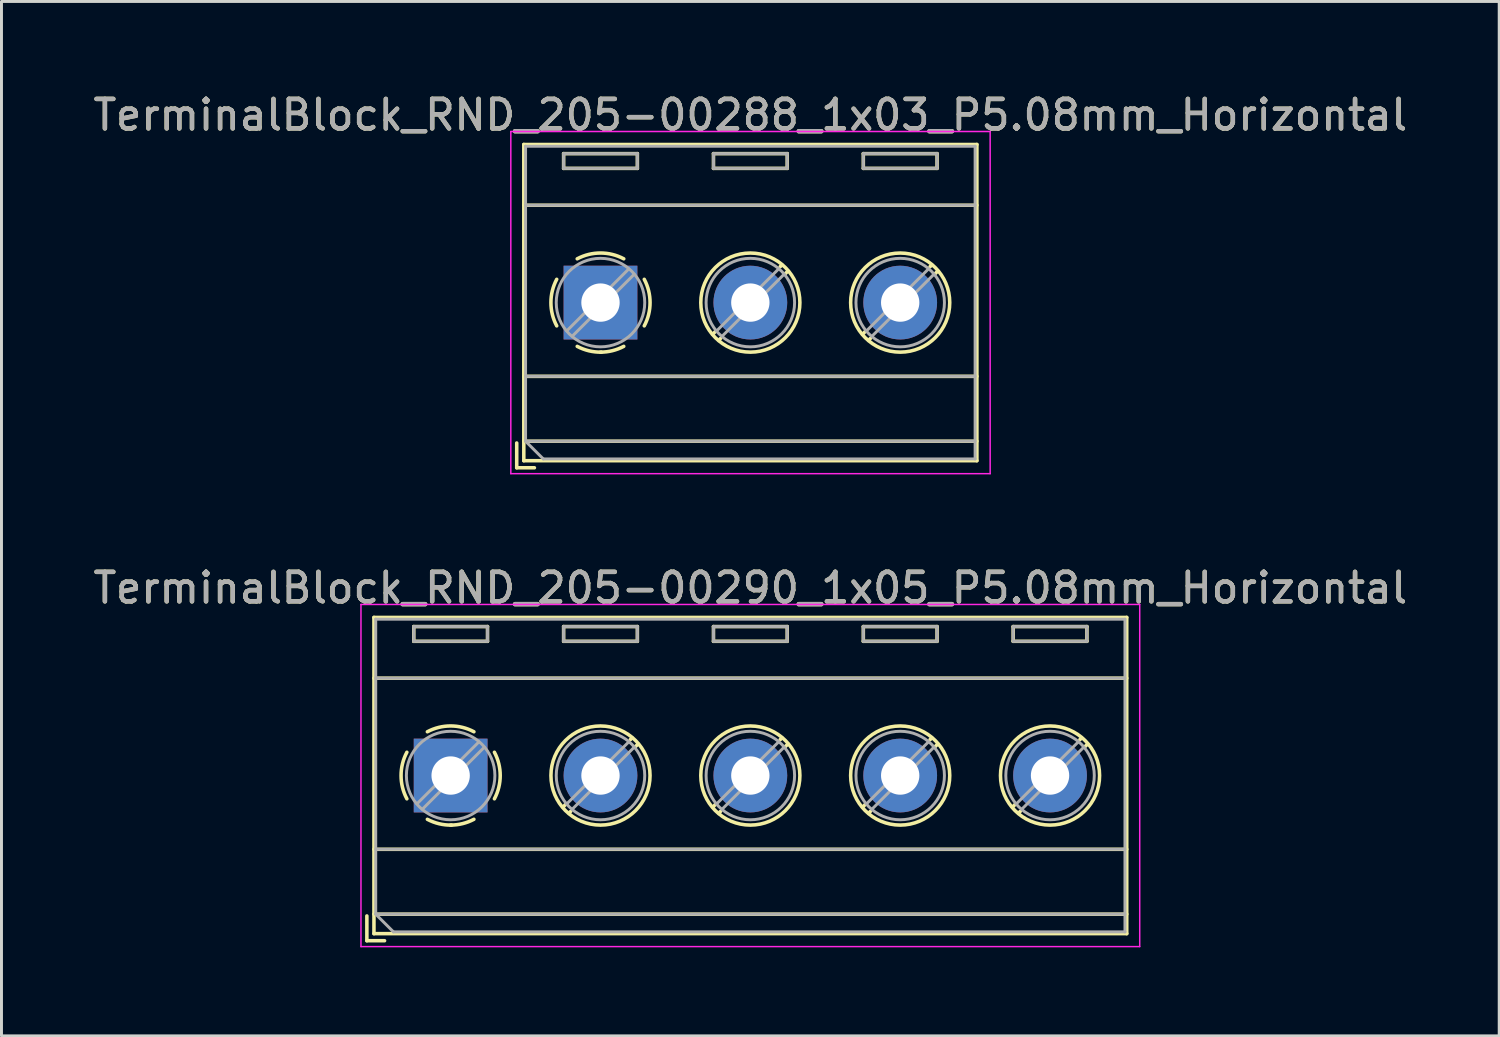
<source format=kicad_pcb>
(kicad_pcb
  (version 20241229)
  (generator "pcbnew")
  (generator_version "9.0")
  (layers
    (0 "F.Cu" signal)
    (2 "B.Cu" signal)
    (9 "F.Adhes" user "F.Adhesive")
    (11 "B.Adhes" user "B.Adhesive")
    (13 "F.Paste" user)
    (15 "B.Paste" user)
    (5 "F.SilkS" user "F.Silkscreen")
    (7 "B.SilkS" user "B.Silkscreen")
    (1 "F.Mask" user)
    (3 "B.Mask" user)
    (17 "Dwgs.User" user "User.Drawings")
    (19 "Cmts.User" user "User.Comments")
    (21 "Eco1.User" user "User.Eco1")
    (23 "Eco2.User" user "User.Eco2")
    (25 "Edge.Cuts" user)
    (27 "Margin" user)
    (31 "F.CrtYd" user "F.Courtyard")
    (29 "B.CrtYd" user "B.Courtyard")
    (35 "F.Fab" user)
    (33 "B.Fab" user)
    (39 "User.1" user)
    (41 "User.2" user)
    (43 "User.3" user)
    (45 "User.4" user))
  (footprint "TerminalBlock_RND_205-00290_1x05_P5.08mm_Horizontal"
    (layer "F.Cu")
    (at 12.227 23.241)
    (property "Reference" "TerminalBlock_RND_205-00290_1x05_P5.08mm_Horizontal" (at 10.16 -6.36 0) (layer "F.SilkS") (effects (font (size 1 1) (thickness 0.15))))
    (attr through_hole)
    (fp_line (start -2.84 4.76) (end -2.84 5.6) (stroke (width 0.12) (type solid)) (layer "F.SilkS"))
    (fp_line (start -2.84 5.6) (end -2.24 5.6) (stroke (width 0.12) (type solid)) (layer "F.SilkS"))
    (fp_line (start -2.6 -5.36) (end -2.6 5.36) (stroke (width 0.12) (type solid)) (layer "F.SilkS"))
    (fp_line (start -2.6 -5.36) (end 22.92 -5.36) (stroke (width 0.12) (type solid)) (layer "F.SilkS"))
    (fp_line (start -2.6 -3.3) (end 22.92 -3.3) (stroke (width 0.12) (type solid)) (layer "F.SilkS"))
    (fp_line (start -2.6 2.5) (end 22.92 2.5) (stroke (width 0.12) (type solid)) (layer "F.SilkS"))
    (fp_line (start -2.6 4.7) (end 22.92 4.7) (stroke (width 0.12) (type solid)) (layer "F.SilkS"))
    (fp_line (start -2.6 5.36) (end 22.92 5.36) (stroke (width 0.12) (type solid)) (layer "F.SilkS"))
    (fp_line (start -1.25 -5.05) (end -1.25 -4.55) (stroke (width 0.12) (type solid)) (layer "F.SilkS"))
    (fp_line (start -1.25 -5.05) (end 1.25 -5.05) (stroke (width 0.12) (type solid)) (layer "F.SilkS"))
    (fp_line (start -1.25 -4.55) (end 1.25 -4.55) (stroke (width 0.12) (type solid)) (layer "F.SilkS"))
    (fp_line (start 1.25 -5.05) (end 1.25 -4.55) (stroke (width 0.12) (type solid)) (layer "F.SilkS"))
    (fp_line (start 3.83 -5.05) (end 3.83 -4.55) (stroke (width 0.12) (type solid)) (layer "F.SilkS"))
    (fp_line (start 3.83 -5.05) (end 6.33 -5.05) (stroke (width 0.12) (type solid)) (layer "F.SilkS"))
    (fp_line (start 3.83 -4.55) (end 6.33 -4.55) (stroke (width 0.12) (type solid)) (layer "F.SilkS"))
    (fp_line (start 3.9 0.976) (end 3.806 1.069) (stroke (width 0.12) (type solid)) (layer "F.SilkS"))
    (fp_line (start 4.07 1.216) (end 4.011 1.274) (stroke (width 0.12) (type solid)) (layer "F.SilkS"))
    (fp_line (start 6.15 -1.275) (end 6.091 -1.216) (stroke (width 0.12) (type solid)) (layer "F.SilkS"))
    (fp_line (start 6.33 -5.05) (end 6.33 -4.55) (stroke (width 0.12) (type solid)) (layer "F.SilkS"))
    (fp_line (start 6.355 -1.069) (end 6.261 -0.976) (stroke (width 0.12) (type solid)) (layer "F.SilkS"))
    (fp_line (start 8.91 -5.05) (end 8.91 -4.55) (stroke (width 0.12) (type solid)) (layer "F.SilkS"))
    (fp_line (start 8.91 -5.05) (end 11.41 -5.05) (stroke (width 0.12) (type solid)) (layer "F.SilkS"))
    (fp_line (start 8.91 -4.55) (end 11.41 -4.55) (stroke (width 0.12) (type solid)) (layer "F.SilkS"))
    (fp_line (start 8.98 0.976) (end 8.886 1.069) (stroke (width 0.12) (type solid)) (layer "F.SilkS"))
    (fp_line (start 9.15 1.216) (end 9.091 1.274) (stroke (width 0.12) (type solid)) (layer "F.SilkS"))
    (fp_line (start 11.23 -1.275) (end 11.171 -1.216) (stroke (width 0.12) (type solid)) (layer "F.SilkS"))
    (fp_line (start 11.41 -5.05) (end 11.41 -4.55) (stroke (width 0.12) (type solid)) (layer "F.SilkS"))
    (fp_line (start 11.435 -1.069) (end 11.341 -0.976) (stroke (width 0.12) (type solid)) (layer "F.SilkS"))
    (fp_line (start 13.99 -5.05) (end 13.99 -4.55) (stroke (width 0.12) (type solid)) (layer "F.SilkS"))
    (fp_line (start 13.99 -5.05) (end 16.49 -5.05) (stroke (width 0.12) (type solid)) (layer "F.SilkS"))
    (fp_line (start 13.99 -4.55) (end 16.49 -4.55) (stroke (width 0.12) (type solid)) (layer "F.SilkS"))
    (fp_line (start 14.06 0.976) (end 13.966 1.069) (stroke (width 0.12) (type solid)) (layer "F.SilkS"))
    (fp_line (start 14.23 1.216) (end 14.171 1.274) (stroke (width 0.12) (type solid)) (layer "F.SilkS"))
    (fp_line (start 16.31 -1.275) (end 16.251 -1.216) (stroke (width 0.12) (type solid)) (layer "F.SilkS"))
    (fp_line (start 16.49 -5.05) (end 16.49 -4.55) (stroke (width 0.12) (type solid)) (layer "F.SilkS"))
    (fp_line (start 16.515 -1.069) (end 16.421 -0.976) (stroke (width 0.12) (type solid)) (layer "F.SilkS"))
    (fp_line (start 19.07 -5.05) (end 19.07 -4.55) (stroke (width 0.12) (type solid)) (layer "F.SilkS"))
    (fp_line (start 19.07 -5.05) (end 21.57 -5.05) (stroke (width 0.12) (type solid)) (layer "F.SilkS"))
    (fp_line (start 19.07 -4.55) (end 21.57 -4.55) (stroke (width 0.12) (type solid)) (layer "F.SilkS"))
    (fp_line (start 19.14 0.976) (end 19.046 1.069) (stroke (width 0.12) (type solid)) (layer "F.SilkS"))
    (fp_line (start 19.31 1.216) (end 19.251 1.274) (stroke (width 0.12) (type solid)) (layer "F.SilkS"))
    (fp_line (start 21.39 -1.275) (end 21.331 -1.216) (stroke (width 0.12) (type solid)) (layer "F.SilkS"))
    (fp_line (start 21.57 -5.05) (end 21.57 -4.55) (stroke (width 0.12) (type solid)) (layer "F.SilkS"))
    (fp_line (start 21.595 -1.069) (end 21.501 -0.976) (stroke (width 0.12) (type solid)) (layer "F.SilkS"))
    (fp_line (start 22.92 -5.36) (end 22.92 5.36) (stroke (width 0.12) (type solid)) (layer "F.SilkS"))
    (fp_arc (start -1.483953 0.789089) (mid -1.680708 0.00005) (end -1.484 -0.789) (stroke (width 0.12) (type solid)) (layer "F.SilkS"))
    (fp_arc (start -0.789089 -1.483953) (mid -0.00005 -1.680708) (end 0.789 -1.484) (stroke (width 0.12) (type solid)) (layer "F.SilkS"))
    (fp_arc (start 0.029383 1.68045) (mid -0.392304 1.634281) (end -0.789 1.484) (stroke (width 0.12) (type solid)) (layer "F.SilkS"))
    (fp_arc (start 0.788712 1.483352) (mid 0.406429 1.630097) (end 0 1.68) (stroke (width 0.12) (type solid)) (layer "F.SilkS"))
    (fp_arc (start 1.483953 -0.789089) (mid 1.680708 -0.00005) (end 1.484 0.789) (stroke (width 0.12) (type solid)) (layer "F.SilkS"))
    (fp_circle (center 5.08 0) (end 6.76 0) (stroke (width 0.12) (type solid)) (fill no) (layer "F.SilkS"))
    (fp_circle (center 10.16 0) (end 11.84 0) (stroke (width 0.12) (type solid)) (fill no) (layer "F.SilkS"))
    (fp_circle (center 15.24 0) (end 16.92 0) (stroke (width 0.12) (type solid)) (fill no) (layer "F.SilkS"))
    (fp_circle (center 20.32 0) (end 22 0) (stroke (width 0.12) (type solid)) (fill no) (layer "F.SilkS"))
    (fp_line (start -3.04 -5.8) (end -3.04 5.8) (stroke (width 0.05) (type solid)) (layer "F.CrtYd"))
    (fp_line (start -3.04 5.8) (end 23.36 5.8) (stroke (width 0.05) (type solid)) (layer "F.CrtYd"))
    (fp_line (start 23.36 -5.8) (end -3.04 -5.8) (stroke (width 0.05) (type solid)) (layer "F.CrtYd"))
    (fp_line (start 23.36 5.8) (end 23.36 -5.8) (stroke (width 0.05) (type solid)) (layer "F.CrtYd"))
    (fp_line (start -2.54 -5.3) (end 22.86 -5.3) (stroke (width 0.1) (type solid)) (layer "F.Fab"))
    (fp_line (start -2.54 -3.3) (end 22.86 -3.3) (stroke (width 0.1) (type solid)) (layer "F.Fab"))
    (fp_line (start -2.54 2.5) (end 22.86 2.5) (stroke (width 0.1) (type solid)) (layer "F.Fab"))
    (fp_line (start -2.54 4.7) (end -2.54 -5.3) (stroke (width 0.1) (type solid)) (layer "F.Fab"))
    (fp_line (start -2.54 4.7) (end 22.86 4.7) (stroke (width 0.1) (type solid)) (layer "F.Fab"))
    (fp_line (start -1.94 5.3) (end -2.54 4.7) (stroke (width 0.1) (type solid)) (layer "F.Fab"))
    (fp_line (start -1.25 -5.05) (end -1.25 -4.55) (stroke (width 0.1) (type solid)) (layer "F.Fab"))
    (fp_line (start -1.25 -4.55) (end 1.25 -4.55) (stroke (width 0.1) (type solid)) (layer "F.Fab"))
    (fp_line (start 0.955 -1.138) (end -1.138 0.955) (stroke (width 0.1) (type solid)) (layer "F.Fab"))
    (fp_line (start 1.138 -0.955) (end -0.955 1.138) (stroke (width 0.1) (type solid)) (layer "F.Fab"))
    (fp_line (start 1.25 -5.05) (end -1.25 -5.05) (stroke (width 0.1) (type solid)) (layer "F.Fab"))
    (fp_line (start 1.25 -4.55) (end 1.25 -5.05) (stroke (width 0.1) (type solid)) (layer "F.Fab"))
    (fp_line (start 3.83 -5.05) (end 3.83 -4.55) (stroke (width 0.1) (type solid)) (layer "F.Fab"))
    (fp_line (start 3.83 -4.55) (end 6.33 -4.55) (stroke (width 0.1) (type solid)) (layer "F.Fab"))
    (fp_line (start 6.035 -1.138) (end 3.943 0.955) (stroke (width 0.1) (type solid)) (layer "F.Fab"))
    (fp_line (start 6.218 -0.955) (end 4.126 1.138) (stroke (width 0.1) (type solid)) (layer "F.Fab"))
    (fp_line (start 6.33 -5.05) (end 3.83 -5.05) (stroke (width 0.1) (type solid)) (layer "F.Fab"))
    (fp_line (start 6.33 -4.55) (end 6.33 -5.05) (stroke (width 0.1) (type solid)) (layer "F.Fab"))
    (fp_line (start 8.91 -5.05) (end 8.91 -4.55) (stroke (width 0.1) (type solid)) (layer "F.Fab"))
    (fp_line (start 8.91 -4.55) (end 11.41 -4.55) (stroke (width 0.1) (type solid)) (layer "F.Fab"))
    (fp_line (start 11.115 -1.138) (end 9.023 0.955) (stroke (width 0.1) (type solid)) (layer "F.Fab"))
    (fp_line (start 11.298 -0.955) (end 9.206 1.138) (stroke (width 0.1) (type solid)) (layer "F.Fab"))
    (fp_line (start 11.41 -5.05) (end 8.91 -5.05) (stroke (width 0.1) (type solid)) (layer "F.Fab"))
    (fp_line (start 11.41 -4.55) (end 11.41 -5.05) (stroke (width 0.1) (type solid)) (layer "F.Fab"))
    (fp_line (start 13.99 -5.05) (end 13.99 -4.55) (stroke (width 0.1) (type solid)) (layer "F.Fab"))
    (fp_line (start 13.99 -4.55) (end 16.49 -4.55) (stroke (width 0.1) (type solid)) (layer "F.Fab"))
    (fp_line (start 16.195 -1.138) (end 14.103 0.955) (stroke (width 0.1) (type solid)) (layer "F.Fab"))
    (fp_line (start 16.378 -0.955) (end 14.286 1.138) (stroke (width 0.1) (type solid)) (layer "F.Fab"))
    (fp_line (start 16.49 -5.05) (end 13.99 -5.05) (stroke (width 0.1) (type solid)) (layer "F.Fab"))
    (fp_line (start 16.49 -4.55) (end 16.49 -5.05) (stroke (width 0.1) (type solid)) (layer "F.Fab"))
    (fp_line (start 19.07 -5.05) (end 19.07 -4.55) (stroke (width 0.1) (type solid)) (layer "F.Fab"))
    (fp_line (start 19.07 -4.55) (end 21.57 -4.55) (stroke (width 0.1) (type solid)) (layer "F.Fab"))
    (fp_line (start 21.275 -1.138) (end 19.183 0.955) (stroke (width 0.1) (type solid)) (layer "F.Fab"))
    (fp_line (start 21.458 -0.955) (end 19.366 1.138) (stroke (width 0.1) (type solid)) (layer "F.Fab"))
    (fp_line (start 21.57 -5.05) (end 19.07 -5.05) (stroke (width 0.1) (type solid)) (layer "F.Fab"))
    (fp_line (start 21.57 -4.55) (end 21.57 -5.05) (stroke (width 0.1) (type solid)) (layer "F.Fab"))
    (fp_line (start 22.86 -5.3) (end 22.86 5.3) (stroke (width 0.1) (type solid)) (layer "F.Fab"))
    (fp_line (start 22.86 5.3) (end -1.94 5.3) (stroke (width 0.1) (type solid)) (layer "F.Fab"))
    (fp_circle (center 0 0) (end 1.5 0) (stroke (width 0.1) (type solid)) (fill no) (layer "F.Fab"))
    (fp_circle (center 5.08 0) (end 6.58 0) (stroke (width 0.1) (type solid)) (fill no) (layer "F.Fab"))
    (fp_circle (center 10.16 0) (end 11.66 0) (stroke (width 0.1) (type solid)) (fill no) (layer "F.Fab"))
    (fp_circle (center 15.24 0) (end 16.74 0) (stroke (width 0.1) (type solid)) (fill no) (layer "F.Fab"))
    (fp_circle (center 20.32 0) (end 21.82 0) (stroke (width 0.1) (type solid)) (fill no) (layer "F.Fab"))
    (fp_text user "${REFERENCE}" (at 10.16 -6.36 0) (layer "F.Fab") (effects (font (size 1 1) (thickness 0.15))))
    (pad "1" thru_hole rect (at 0 0) (size 2.5 2.5) (drill 1.3) (layers "*.Cu" "*.Mask"))
    (pad "2" thru_hole circle (at 5.08 0) (size 2.5 2.5) (drill 1.3) (layers "*.Cu" "*.Mask"))
    (pad "3" thru_hole circle (at 10.16 0) (size 2.5 2.5) (drill 1.3) (layers "*.Cu" "*.Mask"))
    (pad "4" thru_hole circle (at 15.24 0) (size 2.5 2.5) (drill 1.3) (layers "*.Cu" "*.Mask"))
    (pad "5" thru_hole circle (at 20.32 0) (size 2.5 2.5) (drill 1.3) (layers "*.Cu" "*.Mask")))
  (footprint "TerminalBlock_RND_205-00288_1x03_P5.08mm_Horizontal"
    (layer "F.Cu")
    (at 17.307 7.208)
    (property "Reference" "TerminalBlock_RND_205-00288_1x03_P5.08mm_Horizontal" (at 5.08 -6.36 0) (layer "F.SilkS") (effects (font (size 1 1) (thickness 0.15))))
    (attr through_hole)
    (fp_line (start -2.84 4.76) (end -2.84 5.6) (stroke (width 0.12) (type solid)) (layer "F.SilkS"))
    (fp_line (start -2.84 5.6) (end -2.24 5.6) (stroke (width 0.12) (type solid)) (layer "F.SilkS"))
    (fp_line (start -2.6 -5.36) (end -2.6 5.36) (stroke (width 0.12) (type solid)) (layer "F.SilkS"))
    (fp_line (start -2.6 -5.36) (end 12.76 -5.36) (stroke (width 0.12) (type solid)) (layer "F.SilkS"))
    (fp_line (start -2.6 -3.3) (end 12.76 -3.3) (stroke (width 0.12) (type solid)) (layer "F.SilkS"))
    (fp_line (start -2.6 2.5) (end 12.76 2.5) (stroke (width 0.12) (type solid)) (layer "F.SilkS"))
    (fp_line (start -2.6 4.7) (end 12.76 4.7) (stroke (width 0.12) (type solid)) (layer "F.SilkS"))
    (fp_line (start -2.6 5.36) (end 12.76 5.36) (stroke (width 0.12) (type solid)) (layer "F.SilkS"))
    (fp_line (start -1.25 -5.05) (end -1.25 -4.55) (stroke (width 0.12) (type solid)) (layer "F.SilkS"))
    (fp_line (start -1.25 -5.05) (end 1.25 -5.05) (stroke (width 0.12) (type solid)) (layer "F.SilkS"))
    (fp_line (start -1.25 -4.55) (end 1.25 -4.55) (stroke (width 0.12) (type solid)) (layer "F.SilkS"))
    (fp_line (start 1.25 -5.05) (end 1.25 -4.55) (stroke (width 0.12) (type solid)) (layer "F.SilkS"))
    (fp_line (start 3.83 -5.05) (end 3.83 -4.55) (stroke (width 0.12) (type solid)) (layer "F.SilkS"))
    (fp_line (start 3.83 -5.05) (end 6.33 -5.05) (stroke (width 0.12) (type solid)) (layer "F.SilkS"))
    (fp_line (start 3.83 -4.55) (end 6.33 -4.55) (stroke (width 0.12) (type solid)) (layer "F.SilkS"))
    (fp_line (start 3.9 0.976) (end 3.806 1.069) (stroke (width 0.12) (type solid)) (layer "F.SilkS"))
    (fp_line (start 4.07 1.216) (end 4.011 1.274) (stroke (width 0.12) (type solid)) (layer "F.SilkS"))
    (fp_line (start 6.15 -1.275) (end 6.091 -1.216) (stroke (width 0.12) (type solid)) (layer "F.SilkS"))
    (fp_line (start 6.33 -5.05) (end 6.33 -4.55) (stroke (width 0.12) (type solid)) (layer "F.SilkS"))
    (fp_line (start 6.355 -1.069) (end 6.261 -0.976) (stroke (width 0.12) (type solid)) (layer "F.SilkS"))
    (fp_line (start 8.91 -5.05) (end 8.91 -4.55) (stroke (width 0.12) (type solid)) (layer "F.SilkS"))
    (fp_line (start 8.91 -5.05) (end 11.41 -5.05) (stroke (width 0.12) (type solid)) (layer "F.SilkS"))
    (fp_line (start 8.91 -4.55) (end 11.41 -4.55) (stroke (width 0.12) (type solid)) (layer "F.SilkS"))
    (fp_line (start 8.98 0.976) (end 8.886 1.069) (stroke (width 0.12) (type solid)) (layer "F.SilkS"))
    (fp_line (start 9.15 1.216) (end 9.091 1.274) (stroke (width 0.12) (type solid)) (layer "F.SilkS"))
    (fp_line (start 11.23 -1.275) (end 11.171 -1.216) (stroke (width 0.12) (type solid)) (layer "F.SilkS"))
    (fp_line (start 11.41 -5.05) (end 11.41 -4.55) (stroke (width 0.12) (type solid)) (layer "F.SilkS"))
    (fp_line (start 11.435 -1.069) (end 11.341 -0.976) (stroke (width 0.12) (type solid)) (layer "F.SilkS"))
    (fp_line (start 12.76 -5.36) (end 12.76 5.36) (stroke (width 0.12) (type solid)) (layer "F.SilkS"))
    (fp_arc (start -1.483953 0.789089) (mid -1.680708 0.00005) (end -1.484 -0.789) (stroke (width 0.12) (type solid)) (layer "F.SilkS"))
    (fp_arc (start -0.789089 -1.483953) (mid -0.00005 -1.680708) (end 0.789 -1.484) (stroke (width 0.12) (type solid)) (layer "F.SilkS"))
    (fp_arc (start 0.029383 1.68045) (mid -0.392304 1.634281) (end -0.789 1.484) (stroke (width 0.12) (type solid)) (layer "F.SilkS"))
    (fp_arc (start 0.788712 1.483352) (mid 0.406429 1.630097) (end 0 1.68) (stroke (width 0.12) (type solid)) (layer "F.SilkS"))
    (fp_arc (start 1.483953 -0.789089) (mid 1.680708 -0.00005) (end 1.484 0.789) (stroke (width 0.12) (type solid)) (layer "F.SilkS"))
    (fp_circle (center 5.08 0) (end 6.76 0) (stroke (width 0.12) (type solid)) (fill no) (layer "F.SilkS"))
    (fp_circle (center 10.16 0) (end 11.84 0) (stroke (width 0.12) (type solid)) (fill no) (layer "F.SilkS"))
    (fp_line (start -3.04 -5.8) (end -3.04 5.8) (stroke (width 0.05) (type solid)) (layer "F.CrtYd"))
    (fp_line (start -3.04 5.8) (end 13.21 5.8) (stroke (width 0.05) (type solid)) (layer "F.CrtYd"))
    (fp_line (start 13.21 -5.8) (end -3.04 -5.8) (stroke (width 0.05) (type solid)) (layer "F.CrtYd"))
    (fp_line (start 13.21 5.8) (end 13.21 -5.8) (stroke (width 0.05) (type solid)) (layer "F.CrtYd"))
    (fp_line (start -2.54 -5.3) (end 12.7 -5.3) (stroke (width 0.1) (type solid)) (layer "F.Fab"))
    (fp_line (start -2.54 -3.3) (end 12.7 -3.3) (stroke (width 0.1) (type solid)) (layer "F.Fab"))
    (fp_line (start -2.54 2.5) (end 12.7 2.5) (stroke (width 0.1) (type solid)) (layer "F.Fab"))
    (fp_line (start -2.54 4.7) (end -2.54 -5.3) (stroke (width 0.1) (type solid)) (layer "F.Fab"))
    (fp_line (start -2.54 4.7) (end 12.7 4.7) (stroke (width 0.1) (type solid)) (layer "F.Fab"))
    (fp_line (start -1.94 5.3) (end -2.54 4.7) (stroke (width 0.1) (type solid)) (layer "F.Fab"))
    (fp_line (start -1.25 -5.05) (end -1.25 -4.55) (stroke (width 0.1) (type solid)) (layer "F.Fab"))
    (fp_line (start -1.25 -4.55) (end 1.25 -4.55) (stroke (width 0.1) (type solid)) (layer "F.Fab"))
    (fp_line (start 0.955 -1.138) (end -1.138 0.955) (stroke (width 0.1) (type solid)) (layer "F.Fab"))
    (fp_line (start 1.138 -0.955) (end -0.955 1.138) (stroke (width 0.1) (type solid)) (layer "F.Fab"))
    (fp_line (start 1.25 -5.05) (end -1.25 -5.05) (stroke (width 0.1) (type solid)) (layer "F.Fab"))
    (fp_line (start 1.25 -4.55) (end 1.25 -5.05) (stroke (width 0.1) (type solid)) (layer "F.Fab"))
    (fp_line (start 3.83 -5.05) (end 3.83 -4.55) (stroke (width 0.1) (type solid)) (layer "F.Fab"))
    (fp_line (start 3.83 -4.55) (end 6.33 -4.55) (stroke (width 0.1) (type solid)) (layer "F.Fab"))
    (fp_line (start 6.035 -1.138) (end 3.943 0.955) (stroke (width 0.1) (type solid)) (layer "F.Fab"))
    (fp_line (start 6.218 -0.955) (end 4.126 1.138) (stroke (width 0.1) (type solid)) (layer "F.Fab"))
    (fp_line (start 6.33 -5.05) (end 3.83 -5.05) (stroke (width 0.1) (type solid)) (layer "F.Fab"))
    (fp_line (start 6.33 -4.55) (end 6.33 -5.05) (stroke (width 0.1) (type solid)) (layer "F.Fab"))
    (fp_line (start 8.91 -5.05) (end 8.91 -4.55) (stroke (width 0.1) (type solid)) (layer "F.Fab"))
    (fp_line (start 8.91 -4.55) (end 11.41 -4.55) (stroke (width 0.1) (type solid)) (layer "F.Fab"))
    (fp_line (start 11.115 -1.138) (end 9.023 0.955) (stroke (width 0.1) (type solid)) (layer "F.Fab"))
    (fp_line (start 11.298 -0.955) (end 9.206 1.138) (stroke (width 0.1) (type solid)) (layer "F.Fab"))
    (fp_line (start 11.41 -5.05) (end 8.91 -5.05) (stroke (width 0.1) (type solid)) (layer "F.Fab"))
    (fp_line (start 11.41 -4.55) (end 11.41 -5.05) (stroke (width 0.1) (type solid)) (layer "F.Fab"))
    (fp_line (start 12.7 -5.3) (end 12.7 5.3) (stroke (width 0.1) (type solid)) (layer "F.Fab"))
    (fp_line (start 12.7 5.3) (end -1.94 5.3) (stroke (width 0.1) (type solid)) (layer "F.Fab"))
    (fp_circle (center 0 0) (end 1.5 0) (stroke (width 0.1) (type solid)) (fill no) (layer "F.Fab"))
    (fp_circle (center 5.08 0) (end 6.58 0) (stroke (width 0.1) (type solid)) (fill no) (layer "F.Fab"))
    (fp_circle (center 10.16 0) (end 11.66 0) (stroke (width 0.1) (type solid)) (fill no) (layer "F.Fab"))
    (fp_text user "${REFERENCE}" (at 5.08 -6.36 0) (layer "F.Fab") (effects (font (size 1 1) (thickness 0.15))))
    (pad "1" thru_hole rect (at 0 0) (size 2.5 2.5) (drill 1.3) (layers "*.Cu" "*.Mask"))
    (pad "2" thru_hole circle (at 5.08 0) (size 2.5 2.5) (drill 1.3) (layers "*.Cu" "*.Mask"))
    (pad "3" thru_hole circle (at 10.16 0) (size 2.5 2.5) (drill 1.3) (layers "*.Cu" "*.Mask")))
  (gr_rect
    (start -3 -3)
    (end 47.774 32.066)
    (stroke (width 0.1) (type default))
    (fill no)
    (layer "Edge.Cuts")))
</source>
